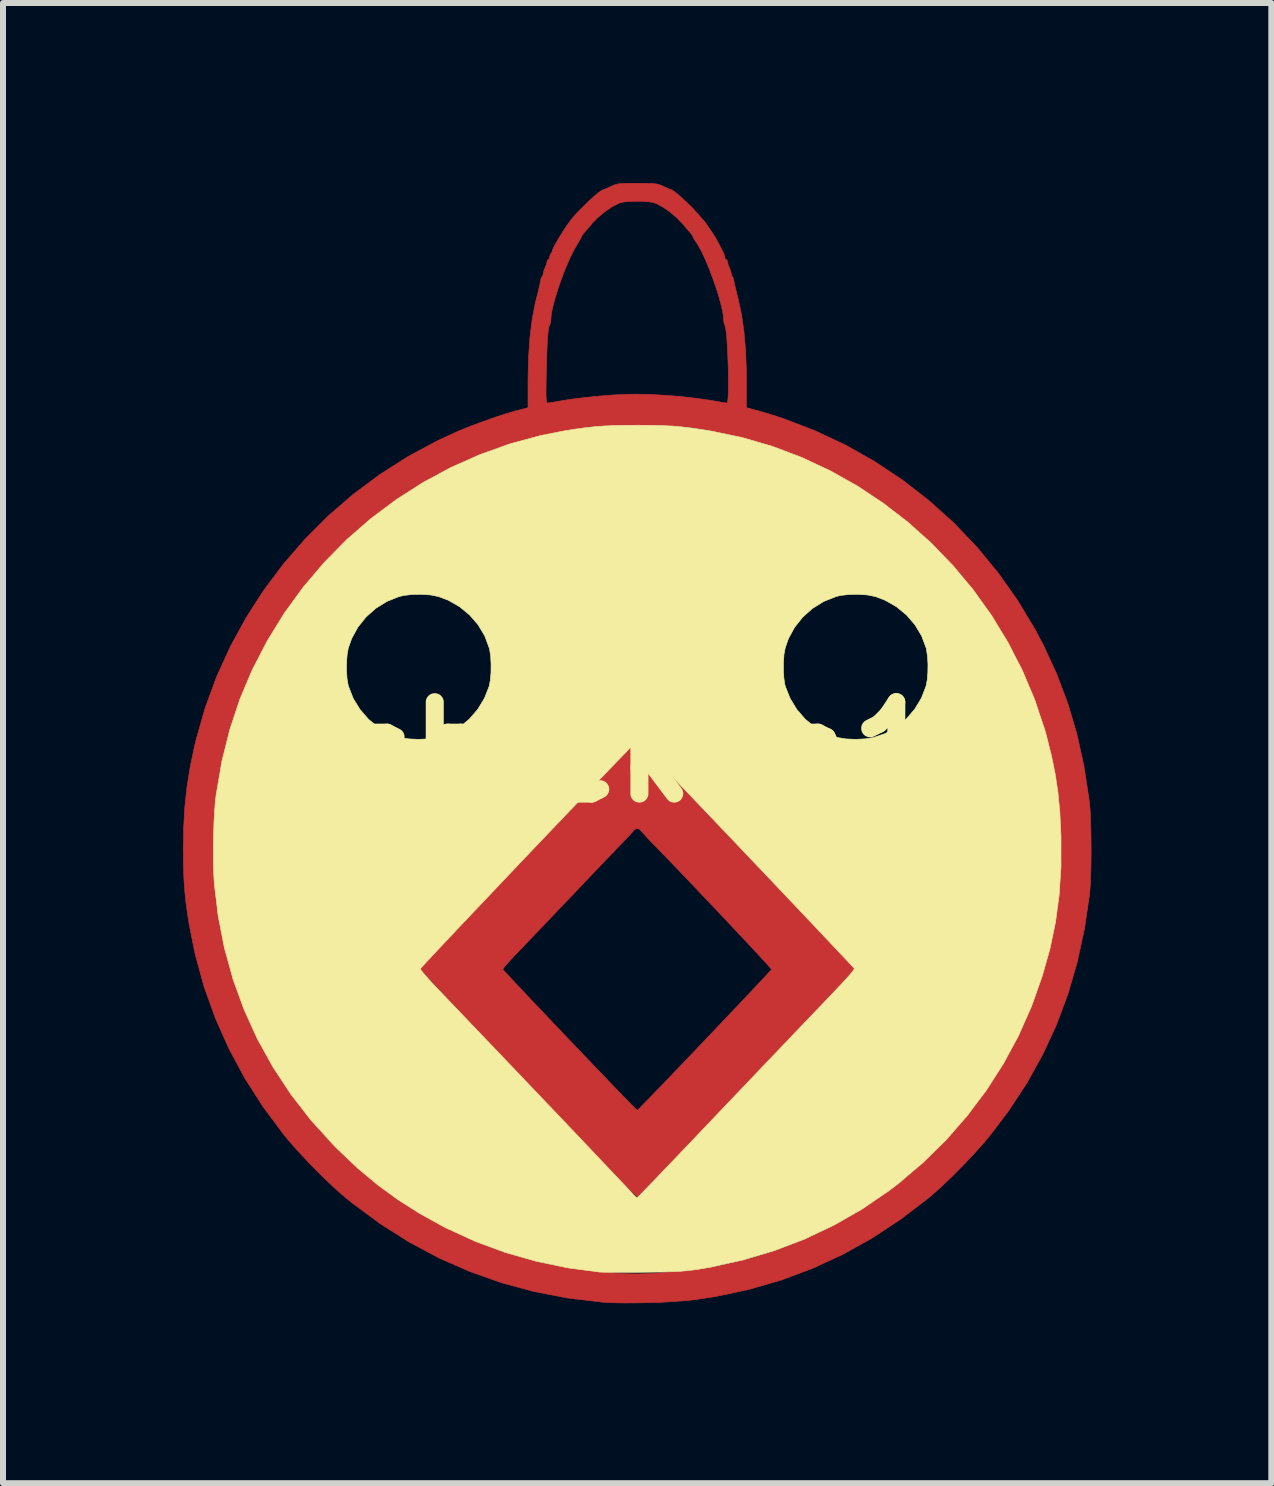
<source format=kicad_pcb>
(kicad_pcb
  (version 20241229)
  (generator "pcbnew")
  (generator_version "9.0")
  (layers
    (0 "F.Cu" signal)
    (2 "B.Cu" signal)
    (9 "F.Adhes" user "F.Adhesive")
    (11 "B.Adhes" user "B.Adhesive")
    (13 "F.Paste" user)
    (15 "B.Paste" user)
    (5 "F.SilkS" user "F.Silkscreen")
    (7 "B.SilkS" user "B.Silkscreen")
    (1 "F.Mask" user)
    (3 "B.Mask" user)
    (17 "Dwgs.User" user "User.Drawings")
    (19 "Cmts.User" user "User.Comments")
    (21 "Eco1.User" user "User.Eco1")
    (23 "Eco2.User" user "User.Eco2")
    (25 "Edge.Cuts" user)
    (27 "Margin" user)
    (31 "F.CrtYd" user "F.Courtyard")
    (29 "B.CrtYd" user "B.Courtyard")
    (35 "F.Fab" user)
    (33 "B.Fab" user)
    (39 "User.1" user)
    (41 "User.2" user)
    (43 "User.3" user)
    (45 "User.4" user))
  (footprint "chicken1"
    (layer "F.Cu")
    (at 7.571 9.488)
    (property "Reference" "chicken1" (at 0 0 0) (layer "F.SilkS") (effects (font (size 1.524 1.524) (thickness 0.3))))
    (attr through_hole)
    (fp_poly (pts (xy 0.022 -0.17) (xy 0.065 -0.126) (xy 0.133 -0.057) (xy 0.221 0.034) (xy 0.327 0.144) (xy 0.448 0.27) (xy 0.581 0.41) (xy 0.724 0.56) (xy 0.776 0.614) (xy 1.094 0.949) (xy 1.388 1.258) (xy 1.658 1.541) (xy 1.901 1.796) (xy 2.118 2.024) (xy 2.308 2.223) (xy 2.471 2.393) (xy 2.581 2.509) (xy 2.683 2.616) (xy 2.799 2.737) (xy 2.913 2.857) (xy 3.012 2.961) (xy 3.015 2.964) (xy 3.114 3.068) (xy 3.226 3.185) (xy 3.336 3.3) (xy 3.424 3.391) (xy 3.497 3.468) (xy 3.557 3.535) (xy 3.598 3.586) (xy 3.616 3.615) (xy 3.616 3.618) (xy 3.601 3.636) (xy 3.558 3.683) (xy 3.491 3.756) (xy 3.4 3.853) (xy 3.288 3.972) (xy 3.158 4.11) (xy 3.01 4.266) (xy 2.848 4.438) (xy 2.673 4.623) (xy 2.487 4.819) (xy 2.292 5.023) (xy 2.265 5.052) (xy 1.965 5.368) (xy 1.692 5.654) (xy 1.446 5.912) (xy 1.225 6.144) (xy 1.028 6.351) (xy 0.854 6.534) (xy 0.7 6.695) (xy 0.566 6.836) (xy 0.45 6.956) (xy 0.351 7.059) (xy 0.268 7.146) (xy 0.199 7.217) (xy 0.143 7.274) (xy 0.099 7.319) (xy 0.065 7.353) (xy 0.039 7.377) (xy 0.021 7.394) (xy 0.01 7.403) (xy 0.003 7.408) (xy 0 7.408) (xy -0.019 7.394) (xy -0.061 7.354) (xy -0.121 7.295) (xy -0.194 7.222) (xy -0.224 7.191) (xy -0.316 7.096) (xy -0.429 6.978) (xy -0.56 6.842) (xy -0.707 6.689) (xy -0.867 6.521) (xy -1.039 6.341) (xy -1.221 6.15) (xy -1.409 5.953) (xy -1.602 5.75) (xy -1.798 5.543) (xy -1.995 5.336) (xy -2.19 5.131) (xy -2.382 4.929) (xy -2.567 4.734) (xy -2.744 4.546) (xy -2.912 4.37) (xy -3.066 4.206) (xy -3.206 4.058) (xy -3.329 3.928) (xy -3.433 3.817) (xy -3.516 3.728) (xy -3.575 3.664) (xy -3.609 3.627) (xy -3.616 3.618) (xy -2.24 3.618) (xy -2.225 3.637) (xy -2.182 3.684) (xy -2.117 3.755) (xy -2.03 3.848) (xy -1.925 3.959) (xy -1.805 4.087) (xy -1.671 4.228) (xy -1.528 4.379) (xy -1.378 4.537) (xy -1.223 4.7) (xy -1.066 4.865) (xy -0.91 5.028) (xy -0.758 5.187) (xy -0.612 5.339) (xy -0.476 5.482) (xy -0.351 5.611) (xy -0.241 5.725) (xy -0.148 5.821) (xy -0.076 5.895) (xy -0.026 5.945) (xy -0.002 5.968) (xy 0 5.969) (xy 0.017 5.954) (xy 0.06 5.911) (xy 0.128 5.841) (xy 0.219 5.748) (xy 0.329 5.634) (xy 0.458 5.501) (xy 0.601 5.351) (xy 0.758 5.188) (xy 0.926 5.012) (xy 1.102 4.827) (xy 1.124 4.804) (xy 1.302 4.617) (xy 1.47 4.439) (xy 1.628 4.273) (xy 1.773 4.12) (xy 1.902 3.983) (xy 2.014 3.864) (xy 2.106 3.766) (xy 2.175 3.691) (xy 2.221 3.642) (xy 2.239 3.621) (xy 2.239 3.62) (xy 2.226 3.603) (xy 2.187 3.558) (xy 2.123 3.487) (xy 2.038 3.395) (xy 1.935 3.284) (xy 1.817 3.157) (xy 1.685 3.017) (xy 1.543 2.866) (xy 1.394 2.707) (xy 1.24 2.545) (xy 1.083 2.38) (xy 0.928 2.216) (xy 0.776 2.057) (xy 0.63 1.904) (xy 0.493 1.762) (xy 0.367 1.632) (xy 0.277 1.539) (xy 0.201 1.461) (xy 0.136 1.391) (xy 0.087 1.337) (xy 0.06 1.305) (xy 0.058 1.301) (xy 0.022 1.274) (xy -0.023 1.275) (xy -0.058 1.301) (xy -0.078 1.327) (xy -0.123 1.377) (xy -0.185 1.443) (xy -0.258 1.52) (xy -0.277 1.539) (xy -0.335 1.599) (xy -0.418 1.686) (xy -0.522 1.794) (xy -0.642 1.92) (xy -0.774 2.058) (xy -0.914 2.205) (xy -1.058 2.357) (xy -1.132 2.434) (xy -1.278 2.587) (xy -1.423 2.74) (xy -1.564 2.887) (xy -1.695 3.025) (xy -1.813 3.148) (xy -1.912 3.252) (xy -1.989 3.332) (xy -2.017 3.36) (xy -2.095 3.443) (xy -2.161 3.516) (xy -2.21 3.573) (xy -2.237 3.609) (xy -2.24 3.618) (xy -3.616 3.618) (xy -3.616 3.618) (xy -3.605 3.596) (xy -3.569 3.55) (xy -3.514 3.486) (xy -3.444 3.411) (xy -3.424 3.391) (xy -3.328 3.292) (xy -3.218 3.176) (xy -3.106 3.06) (xy -3.015 2.964) (xy -2.916 2.861) (xy -2.803 2.741) (xy -2.687 2.62) (xy -2.584 2.512) (xy -2.581 2.509) (xy -2.479 2.402) (xy -2.362 2.279) (xy -2.243 2.154) (xy -2.136 2.042) (xy -2.126 2.032) (xy -2.06 1.962) (xy -1.969 1.867) (xy -1.858 1.75) (xy -1.732 1.618) (xy -1.595 1.475) (xy -1.453 1.325) (xy -1.309 1.175) (xy -1.268 1.132) (xy -1.121 0.977) (xy -0.969 0.818) (xy -0.819 0.66) (xy -0.675 0.509) (xy -0.544 0.371) (xy -0.43 0.251) (xy -0.34 0.156) (xy -0.327 0.143) (xy -0.234 0.045) (xy -0.151 -0.041) (xy -0.081 -0.11) (xy -0.029 -0.159) (xy -0.000112 -0.184) (xy 0.004 -0.186) (xy 0.022 -0.17)) (stroke (width 0.01) (type solid)) (fill yes) (layer "F.Cu"))
    (fp_poly (pts (xy 0.127 -9.482) (xy 0.221 -9.48) (xy 0.289 -9.476) (xy 0.34 -9.468) (xy 0.383 -9.455) (xy 0.426 -9.437) (xy 0.44 -9.43) (xy 0.503 -9.401) (xy 0.549 -9.382) (xy 0.566 -9.377) (xy 0.597 -9.361) (xy 0.653 -9.319) (xy 0.729 -9.254) (xy 0.82 -9.17) (xy 0.922 -9.07) (xy 0.931 -9.06) (xy 1.137 -8.827) (xy 1.306 -8.575) (xy 1.364 -8.467) (xy 1.399 -8.398) (xy 1.428 -8.341) (xy 1.442 -8.313) (xy 1.458 -8.266) (xy 1.46 -8.245) (xy 1.472 -8.216) (xy 1.482 -8.213) (xy 1.5 -8.195) (xy 1.503 -8.176) (xy 1.513 -8.131) (xy 1.535 -8.078) (xy 1.557 -8.023) (xy 1.566 -7.979) (xy 1.575 -7.94) (xy 1.585 -7.928) (xy 1.601 -7.901) (xy 1.613 -7.851) (xy 1.614 -7.848) (xy 1.623 -7.798) (xy 1.641 -7.72) (xy 1.664 -7.626) (xy 1.679 -7.567) (xy 1.736 -7.306) (xy 1.779 -7.01) (xy 1.807 -6.682) (xy 1.82 -6.329) (xy 1.82 -6.21) (xy 1.82 -5.743) (xy 2.006 -5.694) (xy 2.105 -5.666) (xy 2.227 -5.629) (xy 2.353 -5.589) (xy 2.434 -5.562) (xy 2.963 -5.359) (xy 3.472 -5.12) (xy 3.959 -4.845) (xy 4.423 -4.536) (xy 4.862 -4.195) (xy 5.275 -3.823) (xy 5.66 -3.421) (xy 6.015 -2.99) (xy 6.338 -2.533) (xy 6.629 -2.051) (xy 6.776 -1.773) (xy 6.994 -1.297) (xy 7.178 -0.809) (xy 7.327 -0.306) (xy 7.443 0.217) (xy 7.528 0.765) (xy 7.539 0.857) (xy 7.549 0.975) (xy 7.556 1.125) (xy 7.562 1.299) (xy 7.564 1.488) (xy 7.565 1.682) (xy 7.563 1.873) (xy 7.558 2.051) (xy 7.552 2.208) (xy 7.542 2.334) (xy 7.54 2.36) (xy 7.455 2.938) (xy 7.335 3.493) (xy 7.18 4.026) (xy 6.989 4.54) (xy 6.76 5.035) (xy 6.494 5.514) (xy 6.189 5.978) (xy 5.892 6.371) (xy 5.761 6.528) (xy 5.607 6.699) (xy 5.439 6.877) (xy 5.266 7.052) (xy 5.096 7.215) (xy 4.937 7.359) (xy 4.845 7.437) (xy 4.384 7.789) (xy 3.909 8.101) (xy 3.42 8.373) (xy 2.914 8.606) (xy 2.393 8.8) (xy 1.855 8.955) (xy 1.299 9.073) (xy 0.958 9.124) (xy 0.8 9.141) (xy 0.612 9.155) (xy 0.404 9.167) (xy 0.187 9.174) (xy -0.029 9.178) (xy -0.235 9.179) (xy -0.419 9.175) (xy -0.572 9.166) (xy -0.583 9.165) (xy -1.16 9.097) (xy -1.72 8.989) (xy -2.263 8.842) (xy -2.791 8.655) (xy -3.303 8.43) (xy -3.8 8.165) (xy -4.28 7.861) (xy -4.745 7.517) (xy -4.845 7.437) (xy -4.992 7.311) (xy -5.155 7.159) (xy -5.327 6.991) (xy -5.499 6.814) (xy -5.663 6.638) (xy -5.81 6.471) (xy -5.892 6.371) (xy -6.235 5.911) (xy -6.54 5.434) (xy -6.806 4.939) (xy -7.033 4.429) (xy -7.221 3.904) (xy -7.369 3.364) (xy -7.47 2.857) (xy -7.502 2.648) (xy -7.527 2.46) (xy -7.544 2.281) (xy -7.556 2.099) (xy -7.563 1.903) (xy -7.565 1.679) (xy -7.566 1.609) (xy -7.069 1.609) (xy -7.058 2.057) (xy -7.022 2.481) (xy -6.961 2.892) (xy -6.873 3.3) (xy -6.756 3.717) (xy -6.718 3.835) (xy -6.531 4.34) (xy -6.305 4.828) (xy -6.042 5.296) (xy -5.917 5.493) (xy -5.596 5.939) (xy -5.247 6.356) (xy -4.87 6.742) (xy -4.468 7.097) (xy -4.043 7.419) (xy -3.595 7.707) (xy -3.128 7.961) (xy -2.643 8.178) (xy -2.142 8.359) (xy -1.627 8.501) (xy -1.098 8.605) (xy -0.56 8.668) (xy -0.429 8.677) (xy -0.283 8.686) (xy -0.167 8.691) (xy -0.071 8.694) (xy 0.018 8.695) (xy 0.11 8.692) (xy 0.218 8.687) (xy 0.353 8.68) (xy 0.392 8.677) (xy 0.912 8.63) (xy 1.409 8.55) (xy 1.89 8.436) (xy 2.359 8.287) (xy 2.823 8.101) (xy 3.156 7.944) (xy 3.637 7.681) (xy 4.093 7.383) (xy 4.524 7.052) (xy 4.928 6.688) (xy 5.304 6.293) (xy 5.652 5.867) (xy 5.917 5.493) (xy 6.173 5.075) (xy 6.396 4.646) (xy 6.589 4.196) (xy 6.698 3.895) (xy 6.832 3.46) (xy 6.934 3.034) (xy 7.007 2.605) (xy 7.051 2.163) (xy 7.069 1.699) (xy 7.069 1.609) (xy 7.06 1.197) (xy 7.031 0.811) (xy 6.98 0.437) (xy 6.907 0.062) (xy 6.865 -0.115) (xy 6.713 -0.635) (xy 6.522 -1.138) (xy 6.295 -1.625) (xy 6.031 -2.092) (xy 5.732 -2.537) (xy 5.4 -2.96) (xy 5.036 -3.357) (xy 4.641 -3.728) (xy 4.216 -4.069) (xy 3.958 -4.253) (xy 3.517 -4.53) (xy 3.064 -4.771) (xy 2.596 -4.975) (xy 2.11 -5.144) (xy 1.602 -5.28) (xy 1.07 -5.384) (xy 0.889 -5.411) (xy 0.752 -5.426) (xy 0.582 -5.437) (xy 0.387 -5.445) (xy 0.176 -5.449) (xy -0.041 -5.451) (xy -0.258 -5.448) (xy -0.463 -5.442) (xy -0.65 -5.433) (xy -0.809 -5.421) (xy -0.889 -5.411) (xy -1.43 -5.318) (xy -1.946 -5.192) (xy -2.439 -5.034) (xy -2.912 -4.841) (xy -3.37 -4.613) (xy -3.815 -4.348) (xy -3.958 -4.253) (xy -4.399 -3.929) (xy -4.811 -3.575) (xy -5.194 -3.192) (xy -5.544 -2.784) (xy -5.862 -2.352) (xy -6.147 -1.897) (xy -6.395 -1.422) (xy -6.607 -0.928) (xy -6.782 -0.417) (xy -6.865 -0.115) (xy -6.949 0.264) (xy -7.01 0.637) (xy -7.049 1.016) (xy -7.067 1.414) (xy -7.069 1.609) (xy -7.566 1.609) (xy -7.559 1.239) (xy -7.539 0.896) (xy -7.503 0.567) (xy -7.45 0.24) (xy -7.379 -0.099) (xy -7.353 -0.205) (xy -7.202 -0.737) (xy -7.012 -1.255) (xy -6.785 -1.755) (xy -6.522 -2.237) (xy -6.226 -2.698) (xy -5.897 -3.137) (xy -5.538 -3.551) (xy -5.15 -3.939) (xy -4.735 -4.298) (xy -4.293 -4.627) (xy -3.828 -4.924) (xy -3.34 -5.187) (xy -2.982 -5.352) (xy -2.8 -5.426) (xy -2.601 -5.501) (xy -2.399 -5.573) (xy -2.207 -5.636) (xy -2.037 -5.686) (xy -2.006 -5.694) (xy -1.82 -5.743) (xy -1.82 -6.032) (xy -1.52 -6.032) (xy -1.52 -5.943) (xy -1.517 -5.882) (xy -1.512 -5.844) (xy -1.505 -5.826) (xy -1.496 -5.821) (xy -1.46 -5.825) (xy -1.398 -5.834) (xy -1.352 -5.843) (xy -1.137 -5.879) (xy -0.893 -5.91) (xy -0.636 -5.936) (xy -0.38 -5.956) (xy -0.139 -5.966) (xy 0 -5.968) (xy 0.225 -5.963) (xy 0.473 -5.949) (xy 0.731 -5.928) (xy 0.985 -5.899) (xy 1.22 -5.866) (xy 1.352 -5.843) (xy 1.422 -5.83) (xy 1.476 -5.822) (xy 1.496 -5.821) (xy 1.506 -5.841) (xy 1.513 -5.897) (xy 1.518 -5.983) (xy 1.52 -6.092) (xy 1.52 -6.219) (xy 1.518 -6.357) (xy 1.514 -6.501) (xy 1.508 -6.642) (xy 1.501 -6.777) (xy 1.493 -6.898) (xy 1.484 -6.998) (xy 1.473 -7.073) (xy 1.462 -7.116) (xy 1.459 -7.122) (xy 1.446 -7.154) (xy 1.44 -7.21) (xy 1.439 -7.222) (xy 1.43 -7.312) (xy 1.405 -7.432) (xy 1.367 -7.574) (xy 1.319 -7.73) (xy 1.262 -7.893) (xy 1.202 -8.053) (xy 1.139 -8.204) (xy 1.077 -8.338) (xy 1.019 -8.446) (xy 0.982 -8.502) (xy 0.949 -8.55) (xy 0.932 -8.583) (xy 0.931 -8.588) (xy 0.919 -8.617) (xy 0.894 -8.648) (xy 0.862 -8.685) (xy 0.813 -8.742) (xy 0.759 -8.806) (xy 0.665 -8.904) (xy 0.553 -8.999) (xy 0.436 -9.082) (xy 0.328 -9.141) (xy 0.313 -9.147) (xy 0.247 -9.167) (xy 0.161 -9.179) (xy 0.045 -9.184) (xy 0 -9.184) (xy -0.127 -9.181) (xy -0.221 -9.172) (xy -0.293 -9.155) (xy -0.313 -9.147) (xy -0.418 -9.092) (xy -0.535 -9.013) (xy -0.649 -8.919) (xy -0.747 -8.821) (xy -0.759 -8.806) (xy -0.812 -8.743) (xy -0.857 -8.691) (xy -0.885 -8.66) (xy -0.885 -8.659) (xy -0.918 -8.615) (xy -0.933 -8.585) (xy -0.957 -8.54) (xy -0.992 -8.479) (xy -1.006 -8.456) (xy -1.069 -8.345) (xy -1.134 -8.209) (xy -1.2 -8.055) (xy -1.263 -7.892) (xy -1.32 -7.728) (xy -1.369 -7.57) (xy -1.407 -7.427) (xy -1.432 -7.306) (xy -1.439 -7.222) (xy -1.444 -7.164) (xy -1.456 -7.125) (xy -1.459 -7.122) (xy -1.471 -7.095) (xy -1.481 -7.039) (xy -1.491 -6.952) (xy -1.499 -6.831) (xy -1.506 -6.675) (xy -1.512 -6.48) (xy -1.516 -6.313) (xy -1.519 -6.153) (xy -1.52 -6.032) (xy -1.82 -6.032) (xy -1.82 -6.21) (xy -1.812 -6.571) (xy -1.789 -6.908) (xy -1.751 -7.214) (xy -1.699 -7.487) (xy -1.679 -7.567) (xy -1.654 -7.664) (xy -1.633 -7.753) (xy -1.618 -7.822) (xy -1.614 -7.848) (xy -1.602 -7.899) (xy -1.586 -7.928) (xy -1.585 -7.928) (xy -1.569 -7.957) (xy -1.566 -7.979) (xy -1.557 -8.025) (xy -1.535 -8.078) (xy -1.512 -8.132) (xy -1.503 -8.176) (xy -1.493 -8.207) (xy -1.482 -8.213) (xy -1.464 -8.23) (xy -1.46 -8.254) (xy -1.451 -8.294) (xy -1.439 -8.308) (xy -1.42 -8.339) (xy -1.418 -8.351) (xy -1.407 -8.386) (xy -1.376 -8.447) (xy -1.331 -8.528) (xy -1.277 -8.618) (xy -1.218 -8.711) (xy -1.159 -8.798) (xy -1.106 -8.872) (xy -1.1 -8.879) (xy -1.04 -8.95) (xy -0.966 -9.029) (xy -0.883 -9.112) (xy -0.799 -9.193) (xy -0.719 -9.266) (xy -0.649 -9.324) (xy -0.595 -9.363) (xy -0.566 -9.377) (xy -0.54 -9.385) (xy -0.488 -9.407) (xy -0.44 -9.43) (xy -0.396 -9.45) (xy -0.354 -9.464) (xy -0.306 -9.474) (xy -0.244 -9.479) (xy -0.16 -9.482) (xy -0.044 -9.483) (xy 0 -9.483) (xy 0.127 -9.482)) (stroke (width 0.01) (type solid)) (fill yes) (layer "F.Cu"))
    (fp_poly (pts (xy -3.367 -2.601) (xy -3.173 -2.539) (xy -2.991 -2.444) (xy -2.824 -2.316) (xy -2.678 -2.155) (xy -2.642 -2.106) (xy -2.557 -1.968) (xy -2.499 -1.834) (xy -2.462 -1.693) (xy -2.443 -1.528) (xy -2.44 -1.482) (xy -2.444 -1.263) (xy -2.479 -1.069) (xy -2.548 -0.892) (xy -2.653 -0.726) (xy -2.792 -0.57) (xy -2.947 -0.434) (xy -3.107 -0.334) (xy -3.285 -0.263) (xy -3.354 -0.244) (xy -3.482 -0.222) (xy -3.631 -0.214) (xy -3.781 -0.22) (xy -3.914 -0.24) (xy -3.937 -0.245) (xy -4.124 -0.31) (xy -4.292 -0.404) (xy -4.451 -0.532) (xy -4.49 -0.57) (xy -4.633 -0.732) (xy -4.737 -0.899) (xy -4.804 -1.076) (xy -4.838 -1.271) (xy -4.841 -1.482) (xy -4.825 -1.654) (xy -4.794 -1.801) (xy -4.741 -1.934) (xy -4.663 -2.07) (xy -4.639 -2.106) (xy -4.499 -2.276) (xy -4.337 -2.413) (xy -4.158 -2.517) (xy -3.967 -2.588) (xy -3.769 -2.625) (xy -3.567 -2.63) (xy -3.367 -2.601)) (stroke (width 0.01) (type solid)) (fill yes) (layer "F.Mask"))
    (fp_poly (pts (xy 3.774 -2.624) (xy 3.901 -2.608) (xy 3.918 -2.604) (xy 4.121 -2.536) (xy 4.311 -2.431) (xy 4.481 -2.293) (xy 4.624 -2.129) (xy 4.628 -2.124) (xy 4.722 -1.974) (xy 4.786 -1.823) (xy 4.825 -1.66) (xy 4.842 -1.482) (xy 4.838 -1.264) (xy 4.803 -1.07) (xy 4.734 -0.894) (xy 4.629 -0.728) (xy 4.487 -0.566) (xy 4.347 -0.441) (xy 4.204 -0.348) (xy 4.045 -0.279) (xy 3.927 -0.244) (xy 3.799 -0.222) (xy 3.65 -0.214) (xy 3.5 -0.22) (xy 3.367 -0.24) (xy 3.344 -0.245) (xy 3.157 -0.31) (xy 2.989 -0.404) (xy 2.83 -0.532) (xy 2.792 -0.57) (xy 2.66 -0.717) (xy 2.563 -0.866) (xy 2.493 -1.029) (xy 2.465 -1.124) (xy 2.443 -1.257) (xy 2.436 -1.412) (xy 2.445 -1.574) (xy 2.468 -1.725) (xy 2.499 -1.835) (xy 2.592 -2.029) (xy 2.719 -2.204) (xy 2.874 -2.356) (xy 3.051 -2.479) (xy 3.244 -2.569) (xy 3.363 -2.604) (xy 3.485 -2.622) (xy 3.629 -2.629) (xy 3.774 -2.624)) (stroke (width 0.01) (type solid)) (fill yes) (layer "F.Mask"))
    (fp_poly (pts (xy 0.058 1.323) (xy 0.082 1.349) (xy 0.133 1.402) (xy 0.207 1.481) (xy 0.304 1.583) (xy 0.42 1.705) (xy 0.552 1.844) (xy 0.699 1.998) (xy 0.857 2.164) (xy 1.025 2.34) (xy 1.143 2.464) (xy 1.314 2.644) (xy 1.477 2.815) (xy 1.629 2.976) (xy 1.769 3.123) (xy 1.893 3.255) (xy 1.999 3.367) (xy 2.085 3.459) (xy 2.149 3.527) (xy 2.187 3.569) (xy 2.198 3.581) (xy 2.208 3.603) (xy 2.204 3.627) (xy 2.182 3.662) (xy 2.137 3.715) (xy 2.092 3.764) (xy 2.022 3.84) (xy 1.931 3.936) (xy 1.823 4.05) (xy 1.701 4.179) (xy 1.566 4.32) (xy 1.423 4.471) (xy 1.273 4.628) (xy 1.119 4.788) (xy 0.965 4.949) (xy 0.813 5.108) (xy 0.666 5.261) (xy 0.527 5.406) (xy 0.398 5.54) (xy 0.282 5.66) (xy 0.183 5.763) (xy 0.102 5.846) (xy 0.043 5.906) (xy 0.008 5.941) (xy 0 5.948) (xy -0.016 5.933) (xy -0.06 5.89) (xy -0.127 5.821) (xy -0.217 5.729) (xy -0.325 5.617) (xy -0.451 5.486) (xy -0.592 5.34) (xy -0.744 5.181) (xy -0.906 5.011) (xy -0.986 4.928) (xy -1.205 4.698) (xy -1.398 4.496) (xy -1.564 4.321) (xy -1.707 4.171) (xy -1.828 4.044) (xy -1.928 3.938) (xy -2.01 3.85) (xy -2.076 3.78) (xy -2.126 3.724) (xy -2.163 3.682) (xy -2.188 3.65) (xy -2.204 3.628) (xy -2.212 3.612) (xy -2.213 3.602) (xy -2.21 3.595) (xy -2.205 3.589) (xy -2.199 3.583) (xy -2.198 3.581) (xy -2.179 3.559) (xy -2.133 3.51) (xy -2.063 3.435) (xy -1.97 3.337) (xy -1.859 3.218) (xy -1.73 3.082) (xy -1.586 2.931) (xy -1.43 2.766) (xy -1.265 2.592) (xy -1.143 2.464) (xy -0.97 2.283) (xy -0.806 2.11) (xy -0.651 1.948) (xy -0.508 1.798) (xy -0.381 1.664) (xy -0.271 1.548) (xy -0.181 1.454) (xy -0.114 1.382) (xy -0.071 1.337) (xy -0.058 1.323) (xy 0 1.26) (xy 0.058 1.323)) (stroke (width 0.01) (type solid)) (fill yes) (layer "F.Mask"))
    (fp_poly (pts (xy 0.022 -0.17) (xy 0.065 -0.126) (xy 0.133 -0.057) (xy 0.221 0.034) (xy 0.327 0.144) (xy 0.448 0.27) (xy 0.581 0.41) (xy 0.724 0.56) (xy 0.776 0.614) (xy 1.094 0.949) (xy 1.388 1.258) (xy 1.658 1.541) (xy 1.901 1.796) (xy 2.118 2.024) (xy 2.308 2.223) (xy 2.471 2.393) (xy 2.581 2.509) (xy 2.683 2.616) (xy 2.799 2.737) (xy 2.913 2.857) (xy 3.012 2.961) (xy 3.015 2.964) (xy 3.114 3.068) (xy 3.226 3.185) (xy 3.336 3.3) (xy 3.424 3.391) (xy 3.497 3.468) (xy 3.557 3.535) (xy 3.598 3.586) (xy 3.616 3.615) (xy 3.616 3.618) (xy 3.601 3.636) (xy 3.558 3.683) (xy 3.491 3.756) (xy 3.4 3.853) (xy 3.288 3.972) (xy 3.158 4.11) (xy 3.01 4.266) (xy 2.848 4.438) (xy 2.673 4.623) (xy 2.487 4.819) (xy 2.292 5.023) (xy 2.265 5.052) (xy 1.965 5.368) (xy 1.692 5.654) (xy 1.446 5.912) (xy 1.225 6.144) (xy 1.028 6.351) (xy 0.854 6.534) (xy 0.7 6.695) (xy 0.566 6.836) (xy 0.45 6.956) (xy 0.351 7.059) (xy 0.268 7.146) (xy 0.199 7.217) (xy 0.143 7.274) (xy 0.099 7.319) (xy 0.065 7.353) (xy 0.039 7.377) (xy 0.021 7.394) (xy 0.01 7.403) (xy 0.003 7.408) (xy 0 7.408) (xy -0.019 7.394) (xy -0.061 7.354) (xy -0.121 7.295) (xy -0.194 7.222) (xy -0.224 7.191) (xy -0.316 7.096) (xy -0.429 6.978) (xy -0.56 6.842) (xy -0.707 6.689) (xy -0.867 6.521) (xy -1.039 6.341) (xy -1.221 6.15) (xy -1.409 5.953) (xy -1.602 5.75) (xy -1.798 5.543) (xy -1.995 5.336) (xy -2.19 5.131) (xy -2.382 4.929) (xy -2.567 4.734) (xy -2.744 4.546) (xy -2.912 4.37) (xy -3.066 4.206) (xy -3.206 4.058) (xy -3.329 3.928) (xy -3.433 3.817) (xy -3.516 3.728) (xy -3.575 3.664) (xy -3.609 3.627) (xy -3.616 3.618) (xy -2.24 3.618) (xy -2.225 3.637) (xy -2.182 3.684) (xy -2.117 3.755) (xy -2.03 3.848) (xy -1.925 3.959) (xy -1.805 4.087) (xy -1.671 4.228) (xy -1.528 4.379) (xy -1.378 4.537) (xy -1.223 4.7) (xy -1.066 4.865) (xy -0.91 5.028) (xy -0.758 5.187) (xy -0.612 5.339) (xy -0.476 5.482) (xy -0.351 5.611) (xy -0.241 5.725) (xy -0.148 5.821) (xy -0.076 5.895) (xy -0.026 5.945) (xy -0.002 5.968) (xy 0 5.969) (xy 0.017 5.954) (xy 0.06 5.911) (xy 0.128 5.841) (xy 0.219 5.748) (xy 0.329 5.634) (xy 0.458 5.501) (xy 0.601 5.351) (xy 0.758 5.188) (xy 0.926 5.012) (xy 1.102 4.827) (xy 1.124 4.804) (xy 1.302 4.617) (xy 1.47 4.439) (xy 1.628 4.273) (xy 1.773 4.12) (xy 1.902 3.983) (xy 2.014 3.864) (xy 2.106 3.766) (xy 2.175 3.691) (xy 2.221 3.642) (xy 2.239 3.621) (xy 2.239 3.62) (xy 2.226 3.603) (xy 2.187 3.558) (xy 2.123 3.487) (xy 2.038 3.395) (xy 1.935 3.284) (xy 1.817 3.157) (xy 1.685 3.017) (xy 1.543 2.866) (xy 1.394 2.707) (xy 1.24 2.545) (xy 1.083 2.38) (xy 0.928 2.216) (xy 0.776 2.057) (xy 0.63 1.904) (xy 0.493 1.762) (xy 0.367 1.632) (xy 0.277 1.539) (xy 0.201 1.461) (xy 0.136 1.391) (xy 0.087 1.337) (xy 0.06 1.305) (xy 0.058 1.301) (xy 0.022 1.274) (xy -0.023 1.275) (xy -0.058 1.301) (xy -0.078 1.327) (xy -0.123 1.377) (xy -0.185 1.443) (xy -0.258 1.52) (xy -0.277 1.539) (xy -0.335 1.599) (xy -0.418 1.686) (xy -0.522 1.794) (xy -0.642 1.92) (xy -0.774 2.058) (xy -0.914 2.205) (xy -1.058 2.357) (xy -1.132 2.434) (xy -1.278 2.587) (xy -1.423 2.74) (xy -1.564 2.887) (xy -1.695 3.025) (xy -1.813 3.148) (xy -1.912 3.252) (xy -1.989 3.332) (xy -2.017 3.36) (xy -2.095 3.443) (xy -2.161 3.516) (xy -2.21 3.573) (xy -2.237 3.609) (xy -2.24 3.618) (xy -3.616 3.618) (xy -3.616 3.618) (xy -3.605 3.596) (xy -3.569 3.55) (xy -3.514 3.486) (xy -3.444 3.411) (xy -3.424 3.391) (xy -3.328 3.292) (xy -3.218 3.176) (xy -3.106 3.06) (xy -3.015 2.964) (xy -2.916 2.861) (xy -2.803 2.741) (xy -2.687 2.62) (xy -2.584 2.512) (xy -2.581 2.509) (xy -2.479 2.402) (xy -2.362 2.279) (xy -2.243 2.154) (xy -2.136 2.042) (xy -2.126 2.032) (xy -2.06 1.962) (xy -1.969 1.867) (xy -1.858 1.75) (xy -1.732 1.618) (xy -1.595 1.475) (xy -1.453 1.325) (xy -1.309 1.175) (xy -1.268 1.132) (xy -1.121 0.977) (xy -0.969 0.818) (xy -0.819 0.66) (xy -0.675 0.509) (xy -0.544 0.371) (xy -0.43 0.251) (xy -0.34 0.156) (xy -0.327 0.143) (xy -0.234 0.045) (xy -0.151 -0.041) (xy -0.081 -0.11) (xy -0.029 -0.159) (xy -0.000112 -0.184) (xy 0.004 -0.186) (xy 0.022 -0.17)) (stroke (width 0.01) (type solid)) (fill yes) (layer "F.Mask"))
    (fp_poly (pts (xy 0.127 -9.482) (xy 0.221 -9.48) (xy 0.289 -9.476) (xy 0.34 -9.468) (xy 0.383 -9.455) (xy 0.426 -9.437) (xy 0.44 -9.43) (xy 0.503 -9.401) (xy 0.549 -9.382) (xy 0.566 -9.377) (xy 0.597 -9.361) (xy 0.653 -9.319) (xy 0.729 -9.254) (xy 0.82 -9.17) (xy 0.922 -9.07) (xy 0.931 -9.06) (xy 1.137 -8.827) (xy 1.306 -8.575) (xy 1.364 -8.467) (xy 1.399 -8.398) (xy 1.428 -8.341) (xy 1.442 -8.313) (xy 1.458 -8.266) (xy 1.46 -8.245) (xy 1.472 -8.216) (xy 1.482 -8.213) (xy 1.5 -8.195) (xy 1.503 -8.176) (xy 1.513 -8.131) (xy 1.535 -8.078) (xy 1.557 -8.023) (xy 1.566 -7.979) (xy 1.575 -7.94) (xy 1.585 -7.928) (xy 1.601 -7.901) (xy 1.613 -7.851) (xy 1.614 -7.848) (xy 1.623 -7.798) (xy 1.641 -7.72) (xy 1.664 -7.626) (xy 1.679 -7.567) (xy 1.736 -7.306) (xy 1.779 -7.01) (xy 1.807 -6.682) (xy 1.82 -6.329) (xy 1.82 -6.21) (xy 1.82 -5.743) (xy 2.006 -5.694) (xy 2.105 -5.666) (xy 2.227 -5.629) (xy 2.353 -5.589) (xy 2.434 -5.562) (xy 2.963 -5.359) (xy 3.472 -5.12) (xy 3.959 -4.845) (xy 4.423 -4.536) (xy 4.862 -4.195) (xy 5.275 -3.823) (xy 5.66 -3.421) (xy 6.015 -2.99) (xy 6.338 -2.533) (xy 6.629 -2.051) (xy 6.776 -1.773) (xy 6.994 -1.297) (xy 7.178 -0.809) (xy 7.327 -0.306) (xy 7.443 0.217) (xy 7.528 0.765) (xy 7.539 0.857) (xy 7.549 0.975) (xy 7.556 1.125) (xy 7.562 1.299) (xy 7.564 1.488) (xy 7.565 1.682) (xy 7.563 1.873) (xy 7.558 2.051) (xy 7.552 2.208) (xy 7.542 2.334) (xy 7.54 2.36) (xy 7.455 2.938) (xy 7.335 3.493) (xy 7.18 4.026) (xy 6.989 4.54) (xy 6.76 5.035) (xy 6.494 5.514) (xy 6.189 5.978) (xy 5.892 6.371) (xy 5.761 6.528) (xy 5.607 6.699) (xy 5.439 6.877) (xy 5.266 7.052) (xy 5.096 7.215) (xy 4.937 7.359) (xy 4.845 7.437) (xy 4.384 7.789) (xy 3.909 8.101) (xy 3.42 8.373) (xy 2.914 8.606) (xy 2.393 8.8) (xy 1.855 8.955) (xy 1.299 9.073) (xy 0.958 9.124) (xy 0.8 9.141) (xy 0.612 9.155) (xy 0.404 9.167) (xy 0.187 9.174) (xy -0.029 9.178) (xy -0.235 9.179) (xy -0.419 9.175) (xy -0.572 9.166) (xy -0.583 9.165) (xy -1.16 9.097) (xy -1.72 8.989) (xy -2.263 8.842) (xy -2.791 8.655) (xy -3.303 8.43) (xy -3.8 8.165) (xy -4.28 7.861) (xy -4.745 7.517) (xy -4.845 7.437) (xy -4.992 7.311) (xy -5.155 7.159) (xy -5.327 6.991) (xy -5.499 6.814) (xy -5.663 6.638) (xy -5.81 6.471) (xy -5.892 6.371) (xy -6.235 5.911) (xy -6.54 5.434) (xy -6.806 4.939) (xy -7.033 4.429) (xy -7.221 3.904) (xy -7.369 3.364) (xy -7.47 2.857) (xy -7.502 2.648) (xy -7.527 2.46) (xy -7.544 2.281) (xy -7.556 2.099) (xy -7.563 1.903) (xy -7.565 1.679) (xy -7.566 1.609) (xy -7.069 1.609) (xy -7.058 2.057) (xy -7.022 2.481) (xy -6.961 2.892) (xy -6.873 3.3) (xy -6.756 3.717) (xy -6.718 3.835) (xy -6.531 4.34) (xy -6.305 4.828) (xy -6.042 5.296) (xy -5.917 5.493) (xy -5.596 5.939) (xy -5.247 6.356) (xy -4.87 6.742) (xy -4.468 7.097) (xy -4.043 7.419) (xy -3.595 7.707) (xy -3.128 7.961) (xy -2.643 8.178) (xy -2.142 8.359) (xy -1.627 8.501) (xy -1.098 8.605) (xy -0.56 8.668) (xy -0.429 8.677) (xy -0.283 8.686) (xy -0.167 8.691) (xy -0.071 8.694) (xy 0.018 8.695) (xy 0.11 8.692) (xy 0.218 8.687) (xy 0.353 8.68) (xy 0.392 8.677) (xy 0.912 8.63) (xy 1.409 8.55) (xy 1.89 8.436) (xy 2.359 8.287) (xy 2.823 8.101) (xy 3.156 7.944) (xy 3.637 7.681) (xy 4.093 7.383) (xy 4.524 7.052) (xy 4.928 6.688) (xy 5.304 6.293) (xy 5.652 5.867) (xy 5.917 5.493) (xy 6.173 5.075) (xy 6.396 4.646) (xy 6.589 4.196) (xy 6.698 3.895) (xy 6.832 3.46) (xy 6.934 3.034) (xy 7.007 2.605) (xy 7.051 2.163) (xy 7.069 1.699) (xy 7.069 1.609) (xy 7.06 1.197) (xy 7.031 0.811) (xy 6.98 0.437) (xy 6.907 0.062) (xy 6.865 -0.115) (xy 6.713 -0.635) (xy 6.522 -1.138) (xy 6.295 -1.625) (xy 6.031 -2.092) (xy 5.732 -2.537) (xy 5.4 -2.96) (xy 5.036 -3.357) (xy 4.641 -3.728) (xy 4.216 -4.069) (xy 3.958 -4.253) (xy 3.517 -4.53) (xy 3.064 -4.771) (xy 2.596 -4.975) (xy 2.11 -5.144) (xy 1.602 -5.28) (xy 1.07 -5.384) (xy 0.889 -5.411) (xy 0.752 -5.426) (xy 0.582 -5.437) (xy 0.387 -5.445) (xy 0.176 -5.449) (xy -0.041 -5.451) (xy -0.258 -5.448) (xy -0.463 -5.442) (xy -0.65 -5.433) (xy -0.809 -5.421) (xy -0.889 -5.411) (xy -1.43 -5.318) (xy -1.946 -5.192) (xy -2.439 -5.034) (xy -2.912 -4.841) (xy -3.37 -4.613) (xy -3.815 -4.348) (xy -3.958 -4.253) (xy -4.399 -3.929) (xy -4.811 -3.575) (xy -5.194 -3.192) (xy -5.544 -2.784) (xy -5.862 -2.352) (xy -6.147 -1.897) (xy -6.395 -1.422) (xy -6.607 -0.928) (xy -6.782 -0.417) (xy -6.865 -0.115) (xy -6.949 0.264) (xy -7.01 0.637) (xy -7.049 1.016) (xy -7.067 1.414) (xy -7.069 1.609) (xy -7.566 1.609) (xy -7.559 1.239) (xy -7.539 0.896) (xy -7.503 0.567) (xy -7.45 0.24) (xy -7.379 -0.099) (xy -7.353 -0.205) (xy -7.202 -0.737) (xy -7.012 -1.255) (xy -6.785 -1.755) (xy -6.522 -2.237) (xy -6.226 -2.698) (xy -5.897 -3.137) (xy -5.538 -3.551) (xy -5.15 -3.939) (xy -4.735 -4.298) (xy -4.293 -4.627) (xy -3.828 -4.924) (xy -3.34 -5.187) (xy -2.982 -5.352) (xy -2.8 -5.426) (xy -2.601 -5.501) (xy -2.399 -5.573) (xy -2.207 -5.636) (xy -2.037 -5.686) (xy -2.006 -5.694) (xy -1.82 -5.743) (xy -1.82 -6.032) (xy -1.52 -6.032) (xy -1.52 -5.943) (xy -1.517 -5.882) (xy -1.512 -5.844) (xy -1.505 -5.826) (xy -1.496 -5.821) (xy -1.46 -5.825) (xy -1.398 -5.834) (xy -1.352 -5.843) (xy -1.137 -5.879) (xy -0.893 -5.91) (xy -0.636 -5.936) (xy -0.38 -5.956) (xy -0.139 -5.966) (xy 0 -5.968) (xy 0.225 -5.963) (xy 0.473 -5.949) (xy 0.731 -5.928) (xy 0.985 -5.899) (xy 1.22 -5.866) (xy 1.352 -5.843) (xy 1.422 -5.83) (xy 1.476 -5.822) (xy 1.496 -5.821) (xy 1.506 -5.841) (xy 1.513 -5.897) (xy 1.518 -5.983) (xy 1.52 -6.092) (xy 1.52 -6.219) (xy 1.518 -6.357) (xy 1.514 -6.501) (xy 1.508 -6.642) (xy 1.501 -6.777) (xy 1.493 -6.898) (xy 1.484 -6.998) (xy 1.473 -7.073) (xy 1.462 -7.116) (xy 1.459 -7.122) (xy 1.446 -7.154) (xy 1.44 -7.21) (xy 1.439 -7.222) (xy 1.43 -7.312) (xy 1.405 -7.432) (xy 1.367 -7.574) (xy 1.319 -7.73) (xy 1.262 -7.893) (xy 1.202 -8.053) (xy 1.139 -8.204) (xy 1.077 -8.338) (xy 1.019 -8.446) (xy 0.982 -8.502) (xy 0.949 -8.55) (xy 0.932 -8.583) (xy 0.931 -8.588) (xy 0.919 -8.617) (xy 0.894 -8.648) (xy 0.862 -8.685) (xy 0.813 -8.742) (xy 0.759 -8.806) (xy 0.665 -8.904) (xy 0.553 -8.999) (xy 0.436 -9.082) (xy 0.328 -9.141) (xy 0.313 -9.147) (xy 0.247 -9.167) (xy 0.161 -9.179) (xy 0.045 -9.184) (xy 0 -9.184) (xy -0.127 -9.181) (xy -0.221 -9.172) (xy -0.293 -9.155) (xy -0.313 -9.147) (xy -0.418 -9.092) (xy -0.535 -9.013) (xy -0.649 -8.919) (xy -0.747 -8.821) (xy -0.759 -8.806) (xy -0.812 -8.743) (xy -0.857 -8.691) (xy -0.885 -8.66) (xy -0.885 -8.659) (xy -0.918 -8.615) (xy -0.933 -8.585) (xy -0.957 -8.54) (xy -0.992 -8.479) (xy -1.006 -8.456) (xy -1.069 -8.345) (xy -1.134 -8.209) (xy -1.2 -8.055) (xy -1.263 -7.892) (xy -1.32 -7.728) (xy -1.369 -7.57) (xy -1.407 -7.427) (xy -1.432 -7.306) (xy -1.439 -7.222) (xy -1.444 -7.164) (xy -1.456 -7.125) (xy -1.459 -7.122) (xy -1.471 -7.095) (xy -1.481 -7.039) (xy -1.491 -6.952) (xy -1.499 -6.831) (xy -1.506 -6.675) (xy -1.512 -6.48) (xy -1.516 -6.313) (xy -1.519 -6.153) (xy -1.52 -6.032) (xy -1.82 -6.032) (xy -1.82 -6.21) (xy -1.812 -6.571) (xy -1.789 -6.908) (xy -1.751 -7.214) (xy -1.699 -7.487) (xy -1.679 -7.567) (xy -1.654 -7.664) (xy -1.633 -7.753) (xy -1.618 -7.822) (xy -1.614 -7.848) (xy -1.602 -7.899) (xy -1.586 -7.928) (xy -1.585 -7.928) (xy -1.569 -7.957) (xy -1.566 -7.979) (xy -1.557 -8.025) (xy -1.535 -8.078) (xy -1.512 -8.132) (xy -1.503 -8.176) (xy -1.493 -8.207) (xy -1.482 -8.213) (xy -1.464 -8.23) (xy -1.46 -8.254) (xy -1.451 -8.294) (xy -1.439 -8.308) (xy -1.42 -8.339) (xy -1.418 -8.351) (xy -1.407 -8.386) (xy -1.376 -8.447) (xy -1.331 -8.528) (xy -1.277 -8.618) (xy -1.218 -8.711) (xy -1.159 -8.798) (xy -1.106 -8.872) (xy -1.1 -8.879) (xy -1.04 -8.95) (xy -0.966 -9.029) (xy -0.883 -9.112) (xy -0.799 -9.193) (xy -0.719 -9.266) (xy -0.649 -9.324) (xy -0.595 -9.363) (xy -0.566 -9.377) (xy -0.54 -9.385) (xy -0.488 -9.407) (xy -0.44 -9.43) (xy -0.396 -9.45) (xy -0.354 -9.464) (xy -0.306 -9.474) (xy -0.244 -9.479) (xy -0.16 -9.482) (xy -0.044 -9.483) (xy 0 -9.483) (xy 0.127 -9.482)) (stroke (width 0.01) (type solid)) (fill yes) (layer "F.Mask"))
    (fp_poly (pts (xy 0.219 -5.449) (xy 0.407 -5.445) (xy 0.575 -5.437) (xy 0.734 -5.424) (xy 0.894 -5.405) (xy 1.067 -5.38) (xy 1.228 -5.354) (xy 1.746 -5.246) (xy 2.251 -5.099) (xy 2.741 -4.914) (xy 3.214 -4.693) (xy 3.669 -4.438) (xy 4.103 -4.15) (xy 4.515 -3.832) (xy 4.903 -3.484) (xy 5.265 -3.109) (xy 5.6 -2.708) (xy 5.905 -2.282) (xy 6.178 -1.834) (xy 6.419 -1.365) (xy 6.625 -0.877) (xy 6.794 -0.37) (xy 6.823 -0.265) (xy 6.904 0.057) (xy 6.967 0.366) (xy 7.013 0.676) (xy 7.044 1) (xy 7.061 1.35) (xy 7.063 1.409) (xy 7.063 1.904) (xy 7.033 2.374) (xy 6.972 2.83) (xy 6.879 3.278) (xy 6.752 3.727) (xy 6.59 4.186) (xy 6.568 4.244) (xy 6.357 4.722) (xy 6.107 5.185) (xy 5.822 5.631) (xy 5.502 6.056) (xy 5.151 6.459) (xy 4.769 6.835) (xy 4.36 7.183) (xy 4.187 7.315) (xy 3.744 7.617) (xy 3.278 7.883) (xy 2.791 8.114) (xy 2.284 8.308) (xy 1.76 8.464) (xy 1.22 8.583) (xy 1.02 8.617) (xy 0.92 8.631) (xy 0.822 8.642) (xy 0.717 8.651) (xy 0.598 8.657) (xy 0.457 8.662) (xy 0.289 8.665) (xy 0.106 8.667) (xy -0.058 8.669) (xy -0.212 8.669) (xy -0.35 8.669) (xy -0.467 8.668) (xy -0.555 8.667) (xy -0.608 8.665) (xy -0.614 8.665) (xy -1.147 8.596) (xy -1.674 8.487) (xy -2.189 8.341) (xy -2.689 8.157) (xy -3.168 7.938) (xy -3.231 7.906) (xy -3.624 7.689) (xy -3.986 7.459) (xy -4.327 7.21) (xy -4.657 6.935) (xy -4.983 6.626) (xy -5.07 6.538) (xy -5.441 6.129) (xy -5.774 5.699) (xy -6.071 5.248) (xy -6.331 4.778) (xy -6.552 4.291) (xy -6.736 3.786) (xy -6.784 3.609) (xy -3.615 3.609) (xy -3.603 3.632) (xy -3.566 3.679) (xy -3.507 3.747) (xy -3.433 3.83) (xy -3.345 3.924) (xy -3.329 3.94) (xy -3.121 4.158) (xy -2.906 4.383) (xy -2.686 4.614) (xy -2.462 4.848) (xy -2.238 5.083) (xy -2.014 5.318) (xy -1.793 5.55) (xy -1.577 5.777) (xy -1.367 5.997) (xy -1.166 6.208) (xy -0.976 6.408) (xy -0.799 6.594) (xy -0.637 6.766) (xy -0.491 6.92) (xy -0.363 7.054) (xy -0.256 7.167) (xy -0.172 7.256) (xy -0.113 7.32) (xy -0.08 7.356) (xy -0.075 7.362) (xy -0.035 7.403) (xy -0.006 7.424) (xy -0.000281 7.425) (xy 0.016 7.409) (xy 0.06 7.365) (xy 0.128 7.295) (xy 0.219 7.201) (xy 0.33 7.086) (xy 0.458 6.951) (xy 0.603 6.801) (xy 0.76 6.636) (xy 0.929 6.459) (xy 1.106 6.273) (xy 1.144 6.234) (xy 1.342 6.025) (xy 1.546 5.811) (xy 1.752 5.595) (xy 1.956 5.381) (xy 2.154 5.173) (xy 2.341 4.977) (xy 2.514 4.796) (xy 2.668 4.634) (xy 2.8 4.496) (xy 2.866 4.427) (xy 3.037 4.248) (xy 3.18 4.098) (xy 3.299 3.973) (xy 3.395 3.871) (xy 3.47 3.79) (xy 3.527 3.727) (xy 3.568 3.68) (xy 3.595 3.646) (xy 3.61 3.623) (xy 3.616 3.608) (xy 3.616 3.601) (xy 3.601 3.584) (xy 3.559 3.539) (xy 3.492 3.468) (xy 3.403 3.373) (xy 3.293 3.257) (xy 3.166 3.122) (xy 3.023 2.97) (xy 2.866 2.805) (xy 2.698 2.627) (xy 2.52 2.44) (xy 2.336 2.246) (xy 2.148 2.047) (xy 1.956 1.846) (xy 1.765 1.645) (xy 1.576 1.446) (xy 1.391 1.252) (xy 1.213 1.065) (xy 1.043 0.887) (xy 0.885 0.721) (xy 0.739 0.569) (xy 0.61 0.433) (xy 0.55 0.37) (xy 0.455 0.271) (xy 0.354 0.166) (xy 0.259 0.067) (xy 0.181 -0.015) (xy 0.17 -0.026) (xy 0.105 -0.094) (xy 0.05 -0.147) (xy 0.013 -0.182) (xy -0.000278 -0.191) (xy -0.017 -0.175) (xy -0.06 -0.132) (xy -0.129 -0.062) (xy -0.219 0.031) (xy -0.331 0.147) (xy -0.461 0.282) (xy -0.606 0.434) (xy -0.766 0.601) (xy -0.938 0.781) (xy -1.12 0.971) (xy -1.309 1.169) (xy -1.504 1.373) (xy -1.702 1.581) (xy -1.901 1.79) (xy -2.099 1.999) (xy -2.294 2.204) (xy -2.483 2.404) (xy -2.665 2.596) (xy -2.838 2.778) (xy -2.999 2.948) (xy -3.146 3.104) (xy -3.277 3.243) (xy -3.389 3.363) (xy -3.482 3.462) (xy -3.551 3.537) (xy -3.597 3.587) (xy -3.615 3.609) (xy -3.615 3.609) (xy -6.784 3.609) (xy -6.88 3.265) (xy -6.985 2.729) (xy -7.049 2.192) (xy -7.059 2.024) (xy -7.065 1.828) (xy -7.066 1.613) (xy -7.062 1.392) (xy -7.055 1.175) (xy -7.044 0.972) (xy -7.029 0.794) (xy -7.017 0.699) (xy -6.923 0.151) (xy -6.791 -0.378) (xy -6.621 -0.889) (xy -6.422 -1.36) (xy -4.845 -1.36) (xy -4.837 -1.229) (xy -4.819 -1.12) (xy -4.813 -1.099) (xy -4.734 -0.897) (xy -4.621 -0.713) (xy -4.48 -0.55) (xy -4.316 -0.414) (xy -4.133 -0.31) (xy -3.945 -0.245) (xy -3.802 -0.222) (xy -3.64 -0.215) (xy -3.479 -0.223) (xy -3.347 -0.244) (xy -3.147 -0.312) (xy -2.962 -0.417) (xy -2.797 -0.554) (xy -2.656 -0.718) (xy -2.544 -0.905) (xy -2.468 -1.099) (xy -2.448 -1.201) (xy -2.437 -1.328) (xy -2.437 -1.36) (xy 2.436 -1.36) (xy 2.445 -1.229) (xy 2.462 -1.12) (xy 2.468 -1.099) (xy 2.548 -0.897) (xy 2.66 -0.713) (xy 2.801 -0.55) (xy 2.966 -0.414) (xy 3.148 -0.31) (xy 3.337 -0.245) (xy 3.479 -0.222) (xy 3.641 -0.215) (xy 3.803 -0.223) (xy 3.935 -0.244) (xy 4.134 -0.312) (xy 4.319 -0.417) (xy 4.484 -0.554) (xy 4.625 -0.718) (xy 4.738 -0.905) (xy 4.813 -1.099) (xy 4.833 -1.201) (xy 4.844 -1.328) (xy 4.846 -1.467) (xy 4.838 -1.6) (xy 4.821 -1.714) (xy 4.816 -1.736) (xy 4.741 -1.938) (xy 4.629 -2.124) (xy 4.487 -2.289) (xy 4.317 -2.428) (xy 4.126 -2.536) (xy 3.969 -2.595) (xy 3.842 -2.621) (xy 3.692 -2.632) (xy 3.537 -2.63) (xy 3.393 -2.614) (xy 3.313 -2.595) (xy 3.108 -2.513) (xy 2.921 -2.397) (xy 2.758 -2.252) (xy 2.622 -2.081) (xy 2.519 -1.891) (xy 2.466 -1.736) (xy 2.446 -1.629) (xy 2.437 -1.499) (xy 2.436 -1.36) (xy -2.437 -1.36) (xy -2.436 -1.467) (xy -2.443 -1.6) (xy -2.46 -1.714) (xy -2.466 -1.736) (xy -2.541 -1.938) (xy -2.652 -2.124) (xy -2.795 -2.289) (xy -2.964 -2.428) (xy -3.155 -2.536) (xy -3.313 -2.595) (xy -3.439 -2.621) (xy -3.588 -2.632) (xy -3.744 -2.63) (xy -3.887 -2.614) (xy -3.969 -2.595) (xy -4.171 -2.514) (xy -4.357 -2.399) (xy -4.52 -2.254) (xy -4.656 -2.085) (xy -4.759 -1.896) (xy -4.816 -1.736) (xy -4.835 -1.629) (xy -4.845 -1.499) (xy -4.845 -1.36) (xy -6.422 -1.36) (xy -6.412 -1.383) (xy -6.164 -1.861) (xy -5.882 -2.318) (xy -5.565 -2.754) (xy -5.217 -3.163) (xy -4.842 -3.544) (xy -4.44 -3.894) (xy -4.015 -4.212) (xy -3.569 -4.497) (xy -3.103 -4.748) (xy -2.62 -4.962) (xy -2.123 -5.14) (xy -1.613 -5.278) (xy -1.228 -5.354) (xy -1.036 -5.385) (xy -0.865 -5.409) (xy -0.706 -5.426) (xy -0.547 -5.438) (xy -0.376 -5.446) (xy -0.184 -5.449) (xy 0 -5.45) (xy 0.219 -5.449)) (stroke (width 0.01) (type solid)) (fill yes) (layer "F.SilkS")))
  (gr_rect
    (start -3 -3)
    (end 18.14 21.671)
    (stroke (width 0.1) (type default))
    (fill no)
    (layer "Edge.Cuts")))
</source>
